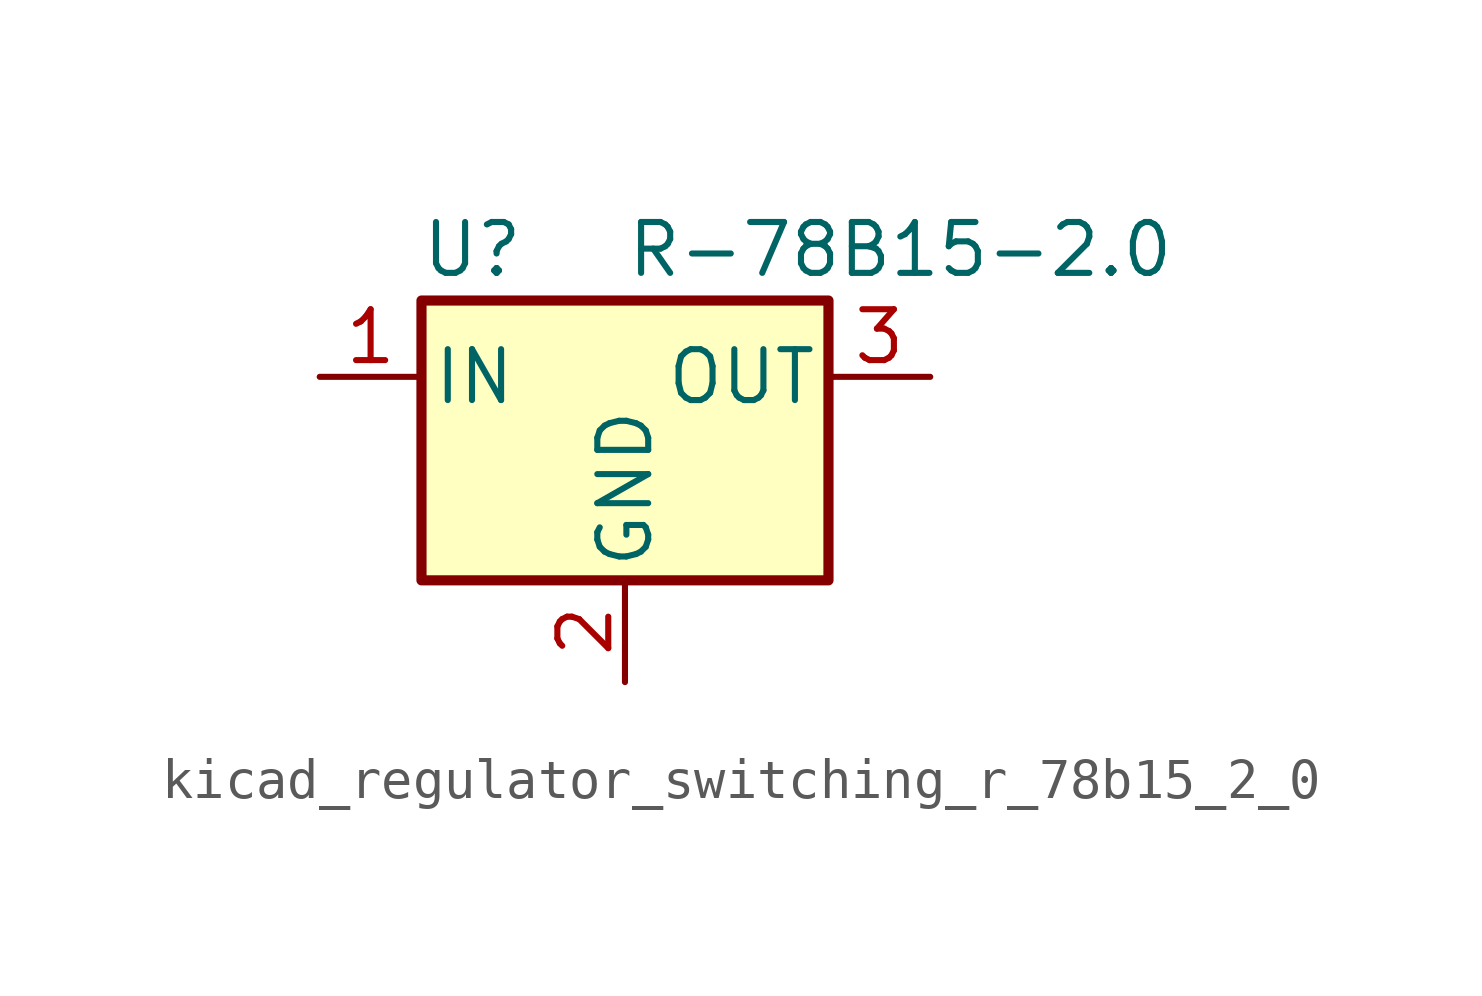
<source format=kicad_sym>
(kicad_symbol_lib
  (version 20220914)
  (generator kicad_symbol_editor)
  (symbol "kicad_regulator_switching_r_78b15_2_0"
    (pin_names
      (offset 0.254))
    (property "Reference" "U"
      (at -3.81 3.175 0)
      (effects (font (size 1.27 1.27))))
    (property "Value" "R-78B15-2.0"
      (at 0 3.175 0)
      (effects (font (size 1.27 1.27)) (justify left)))
    (symbol "kicad_regulator_switching_r_78b15_2_0_0_1"
      (rectangle (start -5.08 1.905) (end 5.08 -5.08) (stroke (width 0.254) (type default)) (fill (type background))))
    (symbol "kicad_regulator_switching_r_78b15_2_0_1_1"
      (pin power_in line (at -7.62 0 0) (length 2.54) (name "IN" (effects (font (size 1.27 1.27)))) (number "1" (effects (font (size 1.27 1.27)))))
      (pin power_in line (at 0 -7.62 90) (length 2.54) (name "GND" (effects (font (size 1.27 1.27)))) (number "2" (effects (font (size 1.27 1.27)))))
      (pin power_out line (at 7.62 0 180) (length 2.54) (name "OUT" (effects (font (size 1.27 1.27)))) (number "3" (effects (font (size 1.27 1.27))))))))
</source>
